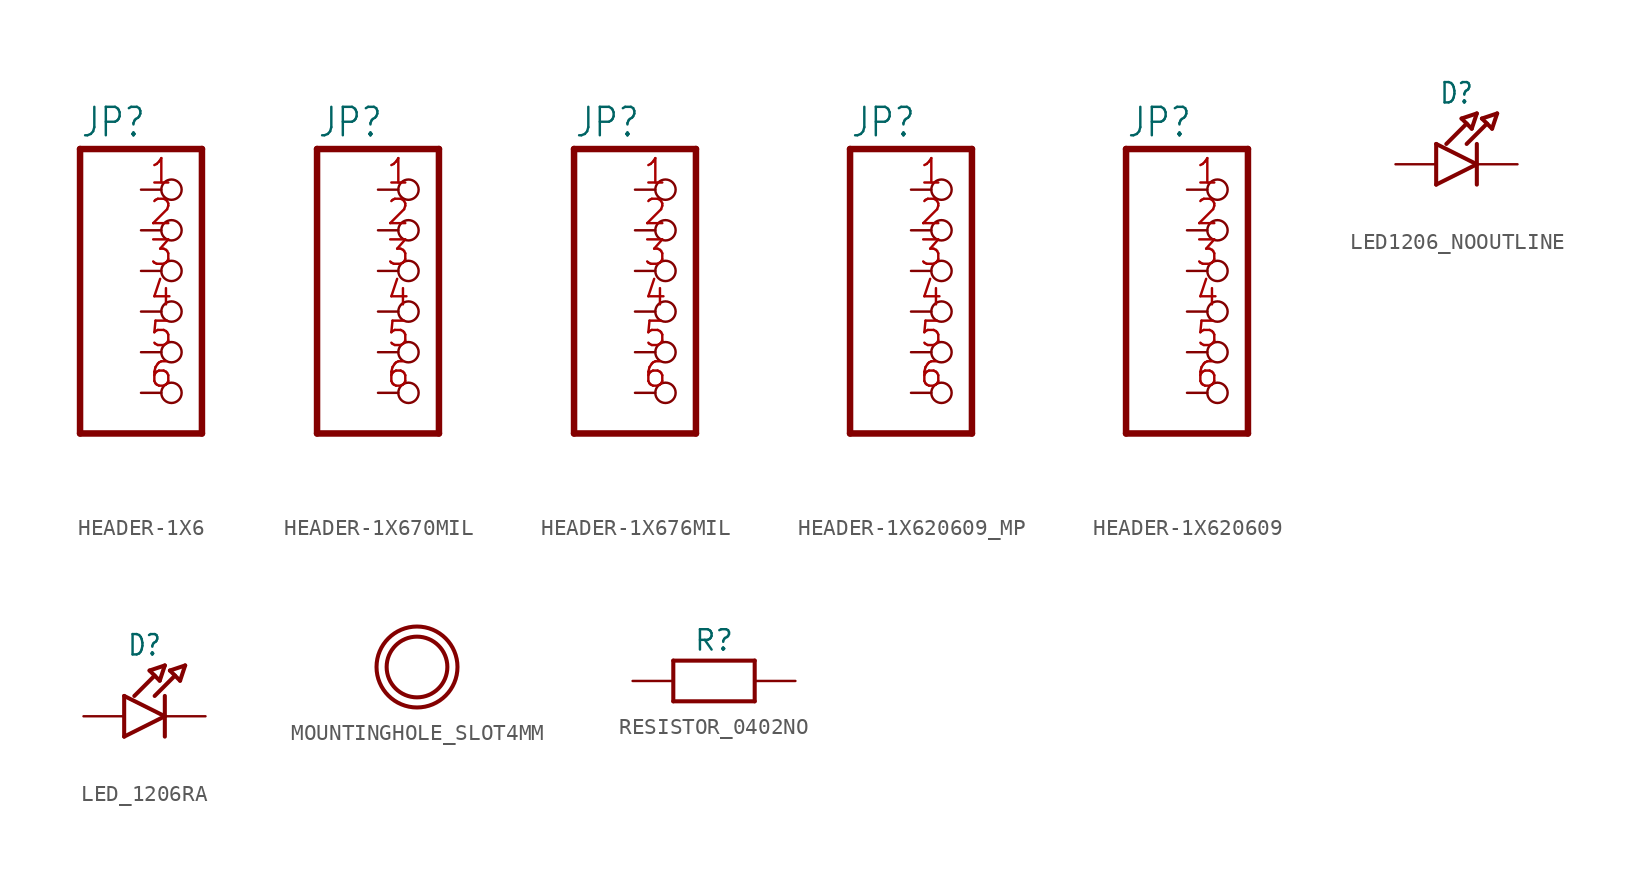
<source format=kicad_sym>
(kicad_symbol_lib
  (version 20241209)
  (generator "kicad_symbol_editor")
  (generator_version "9.0")
  (symbol "HEADER-1X6"
    (property "Reference" "JP"
      (at -6.35 10.795 0)
      (effects (font (size 1.778 1.511)) (justify left bottom)))
    (property "Value" ""
      (at -6.35 -10.16 0)
      (effects (font (size 1.778 1.511)) (justify left bottom)))
    (property "ki_locked" ""
      (at 0 0 0)
      (effects (font (size 1.27 1.27))))
    (symbol "HEADER-1X6_1_0"
      (polyline (pts (xy -6.35 10.16) (xy -6.35 -7.62)) (stroke (width 0.406) (type solid)) (fill (type none)))
      (polyline (pts (xy -6.35 -7.62) (xy 1.27 -7.62)) (stroke (width 0.406) (type solid)) (fill (type none)))
      (polyline (pts (xy 1.27 10.16) (xy -6.35 10.16)) (stroke (width 0.406) (type solid)) (fill (type none)))
      (polyline (pts (xy 1.27 -7.62) (xy 1.27 10.16)) (stroke (width 0.406) (type solid)) (fill (type none)))
      (pin passive inverted (at -2.54 7.62 0) (length 2.54) (name "1" (effects (font (size 0 0)))) (number "1" (effects (font (size 1.524 1.524)))))
      (pin passive inverted (at -2.54 5.08 0) (length 2.54) (name "2" (effects (font (size 0 0)))) (number "2" (effects (font (size 1.524 1.524)))))
      (pin passive inverted (at -2.54 2.54 0) (length 2.54) (name "3" (effects (font (size 0 0)))) (number "3" (effects (font (size 1.524 1.524)))))
      (pin passive inverted (at -2.54 0 0) (length 2.54) (name "4" (effects (font (size 0 0)))) (number "4" (effects (font (size 1.524 1.524)))))
      (pin passive inverted (at -2.54 -2.54 0) (length 2.54) (name "5" (effects (font (size 0 0)))) (number "5" (effects (font (size 1.524 1.524)))))
      (pin passive inverted (at -2.54 -5.08 0) (length 2.54) (name "6" (effects (font (size 0 0)))) (number "6" (effects (font (size 1.524 1.524)))))))
  (symbol "HEADER-1X670MIL"
    (property "Reference" "JP"
      (at -6.35 10.795 0)
      (effects (font (size 1.778 1.511)) (justify left bottom)))
    (property "Value" ""
      (at -6.35 -10.16 0)
      (effects (font (size 1.778 1.511)) (justify left bottom)))
    (property "ki_locked" ""
      (at 0 0 0)
      (effects (font (size 1.27 1.27))))
    (symbol "HEADER-1X670MIL_1_0"
      (polyline (pts (xy -6.35 10.16) (xy -6.35 -7.62)) (stroke (width 0.406) (type solid)) (fill (type none)))
      (polyline (pts (xy -6.35 -7.62) (xy 1.27 -7.62)) (stroke (width 0.406) (type solid)) (fill (type none)))
      (polyline (pts (xy 1.27 10.16) (xy -6.35 10.16)) (stroke (width 0.406) (type solid)) (fill (type none)))
      (polyline (pts (xy 1.27 -7.62) (xy 1.27 10.16)) (stroke (width 0.406) (type solid)) (fill (type none)))
      (pin passive inverted (at -2.54 7.62 0) (length 2.54) (name "1" (effects (font (size 0 0)))) (number "1" (effects (font (size 1.524 1.524)))))
      (pin passive inverted (at -2.54 5.08 0) (length 2.54) (name "2" (effects (font (size 0 0)))) (number "2" (effects (font (size 1.524 1.524)))))
      (pin passive inverted (at -2.54 2.54 0) (length 2.54) (name "3" (effects (font (size 0 0)))) (number "3" (effects (font (size 1.524 1.524)))))
      (pin passive inverted (at -2.54 0 0) (length 2.54) (name "4" (effects (font (size 0 0)))) (number "4" (effects (font (size 1.524 1.524)))))
      (pin passive inverted (at -2.54 -2.54 0) (length 2.54) (name "5" (effects (font (size 0 0)))) (number "5" (effects (font (size 1.524 1.524)))))
      (pin passive inverted (at -2.54 -5.08 0) (length 2.54) (name "6" (effects (font (size 0 0)))) (number "6" (effects (font (size 1.524 1.524)))))))
  (symbol "HEADER-1X676MIL"
    (property "Reference" "JP"
      (at -6.35 10.795 0)
      (effects (font (size 1.778 1.511)) (justify left bottom)))
    (property "Value" ""
      (at -6.35 -10.16 0)
      (effects (font (size 1.778 1.511)) (justify left bottom)))
    (property "ki_locked" ""
      (at 0 0 0)
      (effects (font (size 1.27 1.27))))
    (symbol "HEADER-1X676MIL_1_0"
      (polyline (pts (xy -6.35 10.16) (xy -6.35 -7.62)) (stroke (width 0.406) (type solid)) (fill (type none)))
      (polyline (pts (xy -6.35 -7.62) (xy 1.27 -7.62)) (stroke (width 0.406) (type solid)) (fill (type none)))
      (polyline (pts (xy 1.27 10.16) (xy -6.35 10.16)) (stroke (width 0.406) (type solid)) (fill (type none)))
      (polyline (pts (xy 1.27 -7.62) (xy 1.27 10.16)) (stroke (width 0.406) (type solid)) (fill (type none)))
      (pin passive inverted (at -2.54 7.62 0) (length 2.54) (name "1" (effects (font (size 0 0)))) (number "1" (effects (font (size 1.524 1.524)))))
      (pin passive inverted (at -2.54 5.08 0) (length 2.54) (name "2" (effects (font (size 0 0)))) (number "2" (effects (font (size 1.524 1.524)))))
      (pin passive inverted (at -2.54 2.54 0) (length 2.54) (name "3" (effects (font (size 0 0)))) (number "3" (effects (font (size 1.524 1.524)))))
      (pin passive inverted (at -2.54 0 0) (length 2.54) (name "4" (effects (font (size 0 0)))) (number "4" (effects (font (size 1.524 1.524)))))
      (pin passive inverted (at -2.54 -2.54 0) (length 2.54) (name "5" (effects (font (size 0 0)))) (number "5" (effects (font (size 1.524 1.524)))))
      (pin passive inverted (at -2.54 -5.08 0) (length 2.54) (name "6" (effects (font (size 0 0)))) (number "6" (effects (font (size 1.524 1.524)))))))
  (symbol "HEADER-1X620609_MP"
    (property "Reference" "JP"
      (at -6.35 10.795 0)
      (effects (font (size 1.778 1.511)) (justify left bottom)))
    (property "Value" ""
      (at -6.35 -10.16 0)
      (effects (font (size 1.778 1.511)) (justify left bottom)))
    (property "ki_locked" ""
      (at 0 0 0)
      (effects (font (size 1.27 1.27))))
    (symbol "HEADER-1X620609_MP_1_0"
      (polyline (pts (xy -6.35 10.16) (xy -6.35 -7.62)) (stroke (width 0.406) (type solid)) (fill (type none)))
      (polyline (pts (xy -6.35 -7.62) (xy 1.27 -7.62)) (stroke (width 0.406) (type solid)) (fill (type none)))
      (polyline (pts (xy 1.27 10.16) (xy -6.35 10.16)) (stroke (width 0.406) (type solid)) (fill (type none)))
      (polyline (pts (xy 1.27 -7.62) (xy 1.27 10.16)) (stroke (width 0.406) (type solid)) (fill (type none)))
      (pin passive inverted (at -2.54 7.62 0) (length 2.54) (name "1" (effects (font (size 0 0)))) (number "1" (effects (font (size 1.524 1.524)))))
      (pin passive inverted (at -2.54 5.08 0) (length 2.54) (name "2" (effects (font (size 0 0)))) (number "2" (effects (font (size 1.524 1.524)))))
      (pin passive inverted (at -2.54 2.54 0) (length 2.54) (name "3" (effects (font (size 0 0)))) (number "3" (effects (font (size 1.524 1.524)))))
      (pin passive inverted (at -2.54 0 0) (length 2.54) (name "4" (effects (font (size 0 0)))) (number "4" (effects (font (size 1.524 1.524)))))
      (pin passive inverted (at -2.54 -2.54 0) (length 2.54) (name "5" (effects (font (size 0 0)))) (number "5" (effects (font (size 1.524 1.524)))))
      (pin passive inverted (at -2.54 -5.08 0) (length 2.54) (name "6" (effects (font (size 0 0)))) (number "6" (effects (font (size 1.524 1.524)))))))
  (symbol "HEADER-1X620609"
    (property "Reference" "JP"
      (at -6.35 10.795 0)
      (effects (font (size 1.778 1.511)) (justify left bottom)))
    (property "Value" ""
      (at -6.35 -10.16 0)
      (effects (font (size 1.778 1.511)) (justify left bottom)))
    (property "ki_locked" ""
      (at 0 0 0)
      (effects (font (size 1.27 1.27))))
    (symbol "HEADER-1X620609_1_0"
      (polyline (pts (xy -6.35 10.16) (xy -6.35 -7.62)) (stroke (width 0.406) (type solid)) (fill (type none)))
      (polyline (pts (xy -6.35 -7.62) (xy 1.27 -7.62)) (stroke (width 0.406) (type solid)) (fill (type none)))
      (polyline (pts (xy 1.27 10.16) (xy -6.35 10.16)) (stroke (width 0.406) (type solid)) (fill (type none)))
      (polyline (pts (xy 1.27 -7.62) (xy 1.27 10.16)) (stroke (width 0.406) (type solid)) (fill (type none)))
      (pin passive inverted (at -2.54 7.62 0) (length 2.54) (name "1" (effects (font (size 0 0)))) (number "1" (effects (font (size 1.524 1.524)))))
      (pin passive inverted (at -2.54 5.08 0) (length 2.54) (name "2" (effects (font (size 0 0)))) (number "2" (effects (font (size 1.524 1.524)))))
      (pin passive inverted (at -2.54 2.54 0) (length 2.54) (name "3" (effects (font (size 0 0)))) (number "3" (effects (font (size 1.524 1.524)))))
      (pin passive inverted (at -2.54 0 0) (length 2.54) (name "4" (effects (font (size 0 0)))) (number "4" (effects (font (size 1.524 1.524)))))
      (pin passive inverted (at -2.54 -2.54 0) (length 2.54) (name "5" (effects (font (size 0 0)))) (number "5" (effects (font (size 1.524 1.524)))))
      (pin passive inverted (at -2.54 -5.08 0) (length 2.54) (name "6" (effects (font (size 0 0)))) (number "6" (effects (font (size 1.524 1.524)))))))
  (symbol "LED1206_NOOUTLINE"
    (property "Reference" "D"
      (at -1.27 4.445 0)
      (effects (font (size 1.27 1.079))))
    (property "Value" ""
      (at -1.27 -2.794 0)
      (effects (font (size 1.27 1.079))))
    (property "ki_locked" ""
      (at 0 0 0)
      (effects (font (size 1.27 1.27))))
    (symbol "LED1206_NOOUTLINE_1_0"
      (polyline (pts (xy -2.54 1.27) (xy -2.54 -1.27)) (stroke (width 0.254) (type solid)) (fill (type none)))
      (polyline (pts (xy -2.54 -1.27) (xy 0 0)) (stroke (width 0.254) (type solid)) (fill (type none)))
      (polyline (pts (xy -1.905 1.27) (xy -0.635 2.54)) (stroke (width 0.254) (type solid)) (fill (type none)))
      (polyline (pts (xy -0.953 2.857) (xy -0.318 2.223)) (stroke (width 0.254) (type solid)) (fill (type none)))
      (polyline (pts (xy -0.635 1.27) (xy 0.635 2.54)) (stroke (width 0.254) (type solid)) (fill (type none)))
      (polyline (pts (xy -0.318 2.223) (xy 0 3.175)) (stroke (width 0.254) (type solid)) (fill (type none)))
      (polyline (pts (xy 0 3.175) (xy -0.953 2.857)) (stroke (width 0.254) (type solid)) (fill (type none)))
      (polyline (pts (xy 0 1.27) (xy 0 0)) (stroke (width 0.254) (type solid)) (fill (type none)))
      (polyline (pts (xy 0 0) (xy -2.54 1.27)) (stroke (width 0.254) (type solid)) (fill (type none)))
      (polyline (pts (xy 0 0) (xy 0 -1.27)) (stroke (width 0.254) (type solid)) (fill (type none)))
      (polyline (pts (xy 0.318 2.857) (xy 0.953 2.223)) (stroke (width 0.254) (type solid)) (fill (type none)))
      (polyline (pts (xy 0.953 2.223) (xy 1.27 3.175)) (stroke (width 0.254) (type solid)) (fill (type none)))
      (polyline (pts (xy 1.27 3.175) (xy 0.318 2.857)) (stroke (width 0.254) (type solid)) (fill (type none)))
      (pin passive line (at -5.08 0 0) (length 2.54) (name "A" (effects (font (size 0 0)))) (number "A" (effects (font (size 0 0)))))
      (pin passive line (at 2.54 0 180) (length 2.54) (name "C" (effects (font (size 0 0)))) (number "C" (effects (font (size 0 0)))))))
  (symbol "LED_1206RA"
    (property "Reference" "D"
      (at -1.27 4.445 0)
      (effects (font (size 1.27 1.079))))
    (property "Value" ""
      (at -1.27 -2.794 0)
      (effects (font (size 1.27 1.079))))
    (property "ki_locked" ""
      (at 0 0 0)
      (effects (font (size 1.27 1.27))))
    (symbol "LED_1206RA_1_0"
      (polyline (pts (xy -2.54 1.27) (xy -2.54 -1.27)) (stroke (width 0.254) (type solid)) (fill (type none)))
      (polyline (pts (xy -2.54 -1.27) (xy 0 0)) (stroke (width 0.254) (type solid)) (fill (type none)))
      (polyline (pts (xy -1.905 1.27) (xy -0.635 2.54)) (stroke (width 0.254) (type solid)) (fill (type none)))
      (polyline (pts (xy -0.953 2.857) (xy -0.318 2.223)) (stroke (width 0.254) (type solid)) (fill (type none)))
      (polyline (pts (xy -0.635 1.27) (xy 0.635 2.54)) (stroke (width 0.254) (type solid)) (fill (type none)))
      (polyline (pts (xy -0.318 2.223) (xy 0 3.175)) (stroke (width 0.254) (type solid)) (fill (type none)))
      (polyline (pts (xy 0 3.175) (xy -0.953 2.857)) (stroke (width 0.254) (type solid)) (fill (type none)))
      (polyline (pts (xy 0 1.27) (xy 0 0)) (stroke (width 0.254) (type solid)) (fill (type none)))
      (polyline (pts (xy 0 0) (xy -2.54 1.27)) (stroke (width 0.254) (type solid)) (fill (type none)))
      (polyline (pts (xy 0 0) (xy 0 -1.27)) (stroke (width 0.254) (type solid)) (fill (type none)))
      (polyline (pts (xy 0.318 2.857) (xy 0.953 2.223)) (stroke (width 0.254) (type solid)) (fill (type none)))
      (polyline (pts (xy 0.953 2.223) (xy 1.27 3.175)) (stroke (width 0.254) (type solid)) (fill (type none)))
      (polyline (pts (xy 1.27 3.175) (xy 0.318 2.857)) (stroke (width 0.254) (type solid)) (fill (type none)))
      (pin passive line (at -5.08 0 0) (length 2.54) (name "A" (effects (font (size 0 0)))) (number "A" (effects (font (size 0 0)))))
      (pin passive line (at 2.54 0 180) (length 2.54) (name "C" (effects (font (size 0 0)))) (number "C" (effects (font (size 0 0)))))))
  (symbol "MOUNTINGHOLE_SLOT4MM"
    (property "Reference" ""
      (at 0 0 0)
      (effects (font (size 1.27 1.27)) (hide yes)))
    (property "ki_locked" ""
      (at 0 0 0)
      (effects (font (size 1.27 1.27))))
    (symbol "MOUNTINGHOLE_SLOT4MM_1_0"
      (circle (center 0 0) (radius 1.905) (stroke (width 0.254) (type solid)) (fill (type none)))
      (circle (center 0 0) (radius 2.54) (stroke (width 0.254) (type solid)) (fill (type none)))))
  (symbol "RESISTOR_0402NO"
    (property "Reference" "R"
      (at 0 2.54 0)
      (effects (font (size 1.27 1.27))))
    (property "Value" ""
      (at 0 0 0)
      (effects (font (size 1.016 1.016) (thickness 0.203) (bold yes))))
    (property "ki_locked" ""
      (at 0 0 0)
      (effects (font (size 1.27 1.27))))
    (symbol "RESISTOR_0402NO_1_0"
      (polyline (pts (xy -2.54 1.27) (xy 2.54 1.27)) (stroke (width 0.254) (type solid)) (fill (type none)))
      (polyline (pts (xy -2.54 -1.27) (xy -2.54 1.27)) (stroke (width 0.254) (type solid)) (fill (type none)))
      (polyline (pts (xy 2.54 1.27) (xy 2.54 -1.27)) (stroke (width 0.254) (type solid)) (fill (type none)))
      (polyline (pts (xy 2.54 -1.27) (xy -2.54 -1.27)) (stroke (width 0.254) (type solid)) (fill (type none)))
      (pin passive line (at -5.08 0 0) (length 2.54) (name "1" (effects (font (size 0 0)))) (number "1" (effects (font (size 0 0)))))
      (pin passive line (at 5.08 0 180) (length 2.54) (name "2" (effects (font (size 0 0)))) (number "2" (effects (font (size 0 0))))))))
</source>
